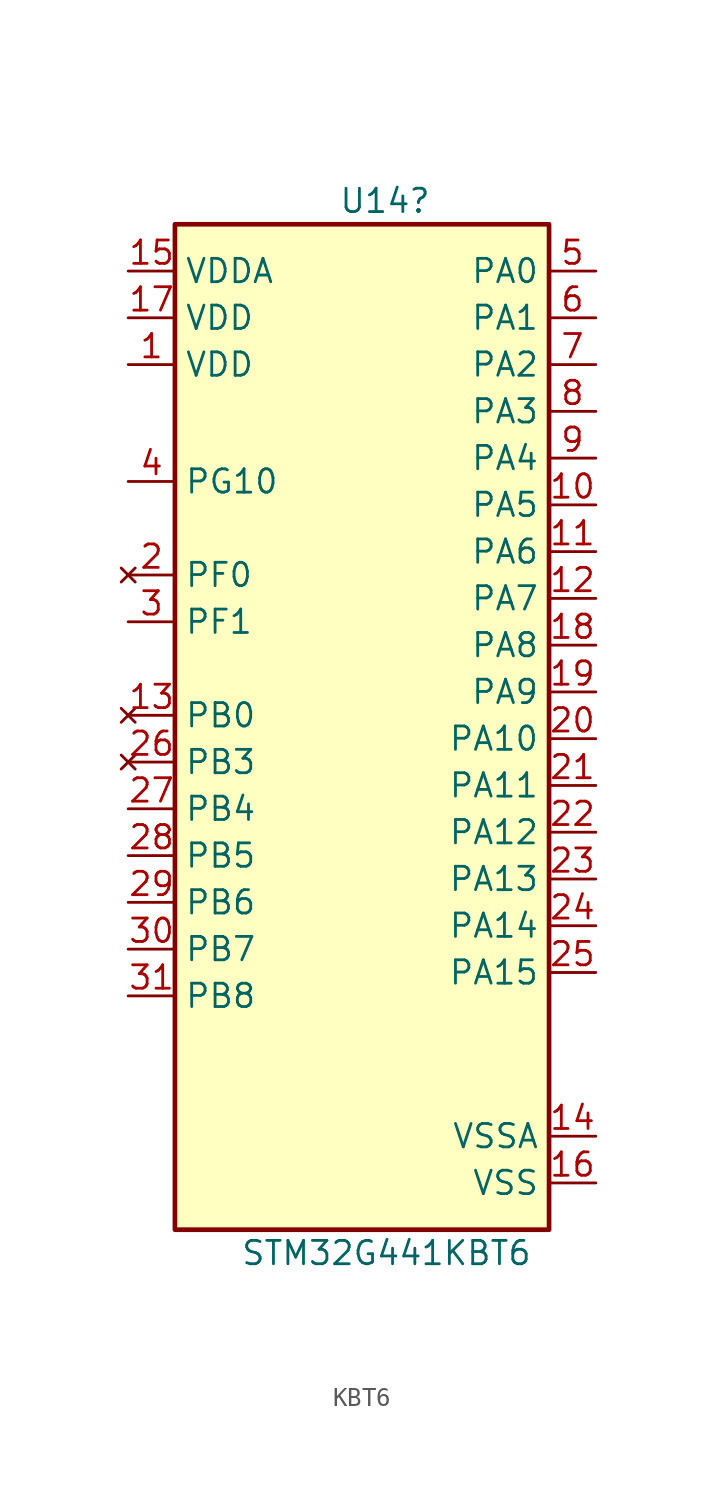
<source format=kicad_sym>
(kicad_symbol_lib
  (version 20241209)
  (generator "kicad_symbol_editor")
  (generator_version "9.0")
  (symbol "KBT6"
    (property "Reference" "U14"
      (at -1.27 24.13 0)
      (effects (font (size 1.27 1.27)) (justify left)))
    (property "Value" "STM32G441KBT6"
      (at -6.604 -33.02 0)
      (effects (font (size 1.27 1.27)) (justify left)))
    (symbol "KBT6_0_1"
      (rectangle (start -10.16 22.86) (end 10.16 -31.75) (stroke (width 0.254) (type default)) (fill (type background))))
    (symbol "KBT6_1_1"
      (pin power_in line (at -12.7 20.32 0) (length 2.54) (name "VDDA" (effects (font (size 1.27 1.27)))) (number "15" (effects (font (size 1.27 1.27)))))
      (pin power_in line (at -12.7 17.78 0) (length 2.54) (name "VDD" (effects (font (size 1.27 1.27)))) (number "17" (effects (font (size 1.27 1.27)))))
      (pin power_in line (at -12.7 15.24 0) (length 2.54) (name "VDD" (effects (font (size 1.27 1.27)))) (number "1" (effects (font (size 1.27 1.27)))))
      (pin bidirectional line (at -12.7 8.89 0) (length 2.54) (name "PG10" (effects (font (size 1.27 1.27)))) (number "4" (effects (font (size 1.27 1.27)))) (alternate "DAC1_EXTI10" bidirectional line) (alternate "DAC3_EXTI10" bidirectional line) (alternate "RCC_MCO" bidirectional line))
      (pin no_connect line (at -12.7 3.81 0) (length 2.54) (name "PF0" (effects (font (size 1.27 1.27)))) (number "2" (effects (font (size 1.27 1.27)))) (alternate "ADC1_IN10" bidirectional line) (alternate "I2C2_SDA" bidirectional line) (alternate "I2S2_WS" bidirectional line) (alternate "RCC_OSC_IN" bidirectional line) (alternate "SPI2_NSS" bidirectional line) (alternate "TIM1_CH3N" bidirectional line))
      (pin passive line (at -12.7 1.27 0) (length 2.54) (name "PF1" (effects (font (size 1.27 1.27)))) (number "3" (effects (font (size 1.27 1.27)))) (alternate "ADC2_IN10" bidirectional line) (alternate "COMP3_INM" bidirectional line) (alternate "I2S2_CK" bidirectional line) (alternate "RCC_OSC_OUT" bidirectional line) (alternate "SPI2_SCK" bidirectional line))
      (pin no_connect line (at -12.7 -3.81 0) (length 2.54) (name "PB0" (effects (font (size 1.27 1.27)))) (number "13" (effects (font (size 1.27 1.27)))) (alternate "ADC1_IN15" bidirectional line) (alternate "COMP4_INP" bidirectional line) (alternate "OPAMP2_VINP" bidirectional line) (alternate "OPAMP2_VINP_SEC" bidirectional line) (alternate "OPAMP3_VINP" bidirectional line) (alternate "OPAMP3_VINP_SEC" bidirectional line) (alternate "TIM1_CH2N" bidirectional line) (alternate "TIM3_CH3" bidirectional line) (alternate "TIM8_CH2N" bidirectional line) (alternate "UCPD1_FRSTX1" bidirectional line) (alternate "UCPD1_FRSTX2" bidirectional line))
      (pin no_connect line (at -12.7 -6.35 0) (length 2.54) (name "PB3" (effects (font (size 1.27 1.27)))) (number "26" (effects (font (size 1.27 1.27)))) (alternate "CRS_SYNC" bidirectional line) (alternate "I2S3_CK" bidirectional line) (alternate "SAI1_SCK_B" bidirectional line) (alternate "SPI1_SCK" bidirectional line) (alternate "SPI3_SCK" bidirectional line) (alternate "SYS_JTDO-SWO" bidirectional line) (alternate "TIM2_CH2" bidirectional line) (alternate "TIM3_ETR" bidirectional line) (alternate "TIM4_ETR" bidirectional line) (alternate "TIM8_CH1N" bidirectional line) (alternate "USART2_TX" bidirectional line))
      (pin bidirectional line (at -12.7 -8.89 0) (length 2.54) (name "PB4" (effects (font (size 1.27 1.27)))) (number "27" (effects (font (size 1.27 1.27)))) (alternate "SAI1_MCLK_B" bidirectional line) (alternate "SPI1_MISO" bidirectional line) (alternate "SPI3_MISO" bidirectional line) (alternate "SYS_JTRST" bidirectional line) (alternate "TIM16_CH1" bidirectional line) (alternate "TIM17_BKIN" bidirectional line) (alternate "TIM3_CH1" bidirectional line) (alternate "TIM8_CH2N" bidirectional line) (alternate "UCPD1_CC2" bidirectional line) (alternate "USART2_RX" bidirectional line))
      (pin passive line (at -12.7 -11.43 0) (length 2.54) (name "PB5" (effects (font (size 1.27 1.27)))) (number "28" (effects (font (size 1.27 1.27)))) (alternate "I2C1_SMBA" bidirectional line) (alternate "I2C3_SDA" bidirectional line) (alternate "I2S3_SD" bidirectional line) (alternate "LPTIM1_IN1" bidirectional line) (alternate "SAI1_SD_B" bidirectional line) (alternate "SPI1_MOSI" bidirectional line) (alternate "SPI3_MOSI" bidirectional line) (alternate "TIM16_BKIN" bidirectional line) (alternate "TIM17_CH1" bidirectional line) (alternate "TIM3_CH2" bidirectional line) (alternate "TIM8_CH3N" bidirectional line) (alternate "USART2_CK" bidirectional line))
      (pin bidirectional line (at -12.7 -13.97 0) (length 2.54) (name "PB6" (effects (font (size 1.27 1.27)))) (number "29" (effects (font (size 1.27 1.27)))) (alternate "COMP4_OUT" bidirectional line) (alternate "LPTIM1_ETR" bidirectional line) (alternate "SAI1_FS_B" bidirectional line) (alternate "TIM16_CH1N" bidirectional line) (alternate "TIM4_CH1" bidirectional line) (alternate "TIM8_BKIN2" bidirectional line) (alternate "TIM8_CH1" bidirectional line) (alternate "TIM8_ETR" bidirectional line) (alternate "UCPD1_CC1" bidirectional line) (alternate "USART1_TX" bidirectional line))
      (pin bidirectional line (at -12.7 -16.51 0) (length 2.54) (name "PB7" (effects (font (size 1.27 1.27)))) (number "30" (effects (font (size 1.27 1.27)))) (alternate "COMP3_OUT" bidirectional line) (alternate "I2C1_SDA" bidirectional line) (alternate "LPTIM1_IN2" bidirectional line) (alternate "SYS_PVD_IN" bidirectional line) (alternate "TIM17_CH1N" bidirectional line) (alternate "TIM3_CH4" bidirectional line) (alternate "TIM4_CH2" bidirectional line) (alternate "TIM8_BKIN" bidirectional line) (alternate "USART1_RX" bidirectional line))
      (pin bidirectional line (at -12.7 -19.05 0) (length 2.54) (name "PB8" (effects (font (size 1.27 1.27)))) (number "31" (effects (font (size 1.27 1.27)))) (alternate "COMP1_OUT" bidirectional line) (alternate "FDCAN1_RX" bidirectional line) (alternate "I2C1_SCL" bidirectional line) (alternate "SAI1_CK1" bidirectional line) (alternate "SAI1_MCLK_A" bidirectional line) (alternate "TIM16_CH1" bidirectional line) (alternate "TIM1_BKIN" bidirectional line) (alternate "TIM4_CH3" bidirectional line) (alternate "TIM8_CH2" bidirectional line))
      (pin bidirectional line (at 12.7 20.32 180) (length 2.54) (name "PA0" (effects (font (size 1.27 1.27)))) (number "5" (effects (font (size 1.27 1.27)))) (alternate "ADC1_IN1" bidirectional line) (alternate "ADC2_IN1" bidirectional line) (alternate "COMP1_INM" bidirectional line) (alternate "COMP1_OUT" bidirectional line) (alternate "COMP3_INP" bidirectional line) (alternate "RTC_TAMP2" bidirectional line) (alternate "SYS_WKUP1" bidirectional line) (alternate "TIM2_CH1" bidirectional line) (alternate "TIM2_ETR" bidirectional line) (alternate "TIM8_BKIN" bidirectional line) (alternate "TIM8_ETR" bidirectional line) (alternate "USART2_CTS" bidirectional line) (alternate "USART2_NSS" bidirectional line))
      (pin bidirectional line (at 12.7 17.78 180) (length 2.54) (name "PA1" (effects (font (size 1.27 1.27)))) (number "6" (effects (font (size 1.27 1.27)))) (alternate "ADC1_IN2" bidirectional line) (alternate "ADC2_IN2" bidirectional line) (alternate "COMP1_INP" bidirectional line) (alternate "OPAMP1_VINP" bidirectional line) (alternate "OPAMP1_VINP_SEC" bidirectional line) (alternate "OPAMP3_VINP" bidirectional line) (alternate "OPAMP3_VINP_SEC" bidirectional line) (alternate "RTC_REFIN" bidirectional line) (alternate "TIM15_CH1N" bidirectional line) (alternate "TIM2_CH2" bidirectional line) (alternate "USART2_DE" bidirectional line) (alternate "USART2_RTS" bidirectional line))
      (pin bidirectional line (at 12.7 15.24 180) (length 2.54) (name "PA2" (effects (font (size 1.27 1.27)))) (number "7" (effects (font (size 1.27 1.27)))) (alternate "ADC1_IN3" bidirectional line) (alternate "COMP2_INM" bidirectional line) (alternate "COMP2_OUT" bidirectional line) (alternate "LPUART1_TX" bidirectional line) (alternate "OPAMP1_VOUT" bidirectional line) (alternate "RCC_LSCO" bidirectional line) (alternate "SYS_WKUP4" bidirectional line) (alternate "TIM15_CH1" bidirectional line) (alternate "TIM2_CH3" bidirectional line) (alternate "UCPD1_FRSTX1" bidirectional line) (alternate "UCPD1_FRSTX2" bidirectional line) (alternate "USART2_TX" bidirectional line))
      (pin bidirectional line (at 12.7 12.7 180) (length 2.54) (name "PA3" (effects (font (size 1.27 1.27)))) (number "8" (effects (font (size 1.27 1.27)))) (alternate "ADC1_IN4" bidirectional line) (alternate "COMP2_INP" bidirectional line) (alternate "LPUART1_RX" bidirectional line) (alternate "OPAMP1_VINM" bidirectional line) (alternate "OPAMP1_VINM0" bidirectional line) (alternate "OPAMP1_VINM_SEC" bidirectional line) (alternate "OPAMP1_VINP" bidirectional line) (alternate "OPAMP1_VINP_SEC" bidirectional line) (alternate "SAI1_CK1" bidirectional line) (alternate "SAI1_MCLK_A" bidirectional line) (alternate "TIM15_CH2" bidirectional line) (alternate "TIM2_CH4" bidirectional line) (alternate "USART2_RX" bidirectional line))
      (pin bidirectional line (at 12.7 10.16 180) (length 2.54) (name "PA4" (effects (font (size 1.27 1.27)))) (number "9" (effects (font (size 1.27 1.27)))) (alternate "ADC2_IN17" bidirectional line) (alternate "COMP1_INM" bidirectional line) (alternate "DAC1_OUT1" bidirectional line) (alternate "I2S3_WS" bidirectional line) (alternate "SAI1_FS_B" bidirectional line) (alternate "SPI1_NSS" bidirectional line) (alternate "SPI3_NSS" bidirectional line) (alternate "TIM3_CH2" bidirectional line) (alternate "USART2_CK" bidirectional line))
      (pin bidirectional line (at 12.7 7.62 180) (length 2.54) (name "PA5" (effects (font (size 1.27 1.27)))) (number "10" (effects (font (size 1.27 1.27)))) (alternate "ADC2_IN13" bidirectional line) (alternate "COMP2_INM" bidirectional line) (alternate "DAC1_OUT2" bidirectional line) (alternate "OPAMP2_VINM" bidirectional line) (alternate "OPAMP2_VINM0" bidirectional line) (alternate "OPAMP2_VINM_SEC" bidirectional line) (alternate "SPI1_SCK" bidirectional line) (alternate "TIM2_CH1" bidirectional line) (alternate "TIM2_ETR" bidirectional line) (alternate "UCPD1_FRSTX1" bidirectional line) (alternate "UCPD1_FRSTX2" bidirectional line))
      (pin bidirectional line (at 12.7 5.08 180) (length 2.54) (name "PA6" (effects (font (size 1.27 1.27)))) (number "11" (effects (font (size 1.27 1.27)))) (alternate "ADC2_IN3" bidirectional line) (alternate "COMP1_OUT" bidirectional line) (alternate "LPUART1_CTS" bidirectional line) (alternate "OPAMP2_VOUT" bidirectional line) (alternate "SPI1_MISO" bidirectional line) (alternate "TIM16_CH1" bidirectional line) (alternate "TIM1_BKIN" bidirectional line) (alternate "TIM3_CH1" bidirectional line) (alternate "TIM8_BKIN" bidirectional line))
      (pin bidirectional line (at 12.7 2.54 180) (length 2.54) (name "PA7" (effects (font (size 1.27 1.27)))) (number "12" (effects (font (size 1.27 1.27)))) (alternate "ADC2_IN4" bidirectional line) (alternate "COMP2_INP" bidirectional line) (alternate "COMP2_OUT" bidirectional line) (alternate "OPAMP1_VINP" bidirectional line) (alternate "OPAMP1_VINP_SEC" bidirectional line) (alternate "OPAMP2_VINP" bidirectional line) (alternate "OPAMP2_VINP_SEC" bidirectional line) (alternate "SPI1_MOSI" bidirectional line) (alternate "TIM17_CH1" bidirectional line) (alternate "TIM1_CH1N" bidirectional line) (alternate "TIM3_CH2" bidirectional line) (alternate "TIM8_CH1N" bidirectional line) (alternate "UCPD1_FRSTX1" bidirectional line) (alternate "UCPD1_FRSTX2" bidirectional line))
      (pin bidirectional line (at 12.7 0 180) (length 2.54) (name "PA8" (effects (font (size 1.27 1.27)))) (number "18" (effects (font (size 1.27 1.27)))) (alternate "I2C2_SDA" bidirectional line) (alternate "I2C3_SCL" bidirectional line) (alternate "I2S2_MCK" bidirectional line) (alternate "RCC_MCO" bidirectional line) (alternate "SAI1_CK2" bidirectional line) (alternate "SAI1_SCK_A" bidirectional line) (alternate "TIM1_CH1" bidirectional line) (alternate "TIM4_ETR" bidirectional line) (alternate "USART1_CK" bidirectional line))
      (pin bidirectional line (at 12.7 -2.54 180) (length 2.54) (name "PA9" (effects (font (size 1.27 1.27)))) (number "19" (effects (font (size 1.27 1.27)))) (alternate "DAC1_EXTI9" bidirectional line) (alternate "DAC3_EXTI9" bidirectional line) (alternate "I2C2_SCL" bidirectional line) (alternate "I2C3_SMBA" bidirectional line) (alternate "I2S3_MCK" bidirectional line) (alternate "SAI1_FS_A" bidirectional line) (alternate "TIM15_BKIN" bidirectional line) (alternate "TIM1_CH2" bidirectional line) (alternate "TIM2_CH3" bidirectional line) (alternate "UCPD1_DBCC1" bidirectional line) (alternate "USART1_TX" bidirectional line))
      (pin bidirectional line (at 12.7 -5.08 180) (length 2.54) (name "PA10" (effects (font (size 1.27 1.27)))) (number "20" (effects (font (size 1.27 1.27)))) (alternate "CRS_SYNC" bidirectional line) (alternate "DAC1_EXTI10" bidirectional line) (alternate "DAC3_EXTI10" bidirectional line) (alternate "I2C2_SMBA" bidirectional line) (alternate "SAI1_D1" bidirectional line) (alternate "SAI1_SD_A" bidirectional line) (alternate "SPI2_MISO" bidirectional line) (alternate "TIM17_BKIN" bidirectional line) (alternate "TIM1_CH3" bidirectional line) (alternate "TIM2_CH4" bidirectional line) (alternate "TIM8_BKIN" bidirectional line) (alternate "UCPD1_DBCC2" bidirectional line) (alternate "USART1_RX" bidirectional line))
      (pin bidirectional line (at 12.7 -7.62 180) (length 2.54) (name "PA11" (effects (font (size 1.27 1.27)))) (number "21" (effects (font (size 1.27 1.27)))) (alternate "ADC1_EXTI11" bidirectional line) (alternate "ADC2_EXTI11" bidirectional line) (alternate "COMP1_OUT" bidirectional line) (alternate "FDCAN1_RX" bidirectional line) (alternate "I2S2_SD" bidirectional line) (alternate "SPI2_MOSI" bidirectional line) (alternate "TIM1_BKIN2" bidirectional line) (alternate "TIM1_CH1N" bidirectional line) (alternate "TIM1_CH4" bidirectional line) (alternate "TIM4_CH1" bidirectional line) (alternate "USART1_CTS" bidirectional line) (alternate "USART1_NSS" bidirectional line) (alternate "USB_DM" bidirectional line))
      (pin bidirectional line (at 12.7 -10.16 180) (length 2.54) (name "PA12" (effects (font (size 1.27 1.27)))) (number "22" (effects (font (size 1.27 1.27)))) (alternate "COMP2_OUT" bidirectional line) (alternate "FDCAN1_TX" bidirectional line) (alternate "I2S_CKIN" bidirectional line) (alternate "TIM16_CH1" bidirectional line) (alternate "TIM1_CH2N" bidirectional line) (alternate "TIM1_ETR" bidirectional line) (alternate "TIM4_CH2" bidirectional line) (alternate "USART1_DE" bidirectional line) (alternate "USART1_RTS" bidirectional line) (alternate "USB_DP" bidirectional line))
      (pin bidirectional line (at 12.7 -12.7 180) (length 2.54) (name "PA13" (effects (font (size 1.27 1.27)))) (number "23" (effects (font (size 1.27 1.27)))) (alternate "I2C1_SCL" bidirectional line) (alternate "IR_OUT" bidirectional line) (alternate "SAI1_SD_B" bidirectional line) (alternate "SYS_JTMS-SWDIO" bidirectional line) (alternate "TIM16_CH1N" bidirectional line) (alternate "TIM4_CH3" bidirectional line))
      (pin bidirectional line (at 12.7 -15.24 180) (length 2.54) (name "PA14" (effects (font (size 1.27 1.27)))) (number "24" (effects (font (size 1.27 1.27)))) (alternate "I2C1_SDA" bidirectional line) (alternate "LPTIM1_OUT" bidirectional line) (alternate "SAI1_FS_B" bidirectional line) (alternate "SYS_JTCK-SWCLK" bidirectional line) (alternate "TIM1_BKIN" bidirectional line) (alternate "TIM8_CH2" bidirectional line) (alternate "USART2_TX" bidirectional line))
      (pin bidirectional line (at 12.7 -17.78 180) (length 2.54) (name "PA15" (effects (font (size 1.27 1.27)))) (number "25" (effects (font (size 1.27 1.27)))) (alternate "ADC1_EXTI15" bidirectional line) (alternate "ADC2_EXTI15" bidirectional line) (alternate "I2C1_SCL" bidirectional line) (alternate "I2S3_WS" bidirectional line) (alternate "SPI1_NSS" bidirectional line) (alternate "SPI3_NSS" bidirectional line) (alternate "SYS_JTDI" bidirectional line) (alternate "TIM1_BKIN" bidirectional line) (alternate "TIM2_CH1" bidirectional line) (alternate "TIM2_ETR" bidirectional line) (alternate "TIM8_CH1" bidirectional line) (alternate "USART2_RX" bidirectional line))
      (pin power_in line (at 12.7 -26.67 180) (length 2.54) (name "VSSA" (effects (font (size 1.27 1.27)))) (number "14" (effects (font (size 1.27 1.27)))))
      (pin power_in line (at 12.7 -29.21 180) (length 2.54) (name "VSS" (effects (font (size 1.27 1.27)))) (number "16" (effects (font (size 1.27 1.27)))))
      (pin passive line (at 12.7 -29.21 180) (length 2.54) (hide yes) (name "VSS" (effects (font (size 1.27 1.27)))) (number "32" (effects (font (size 1.27 1.27))))))))
</source>
